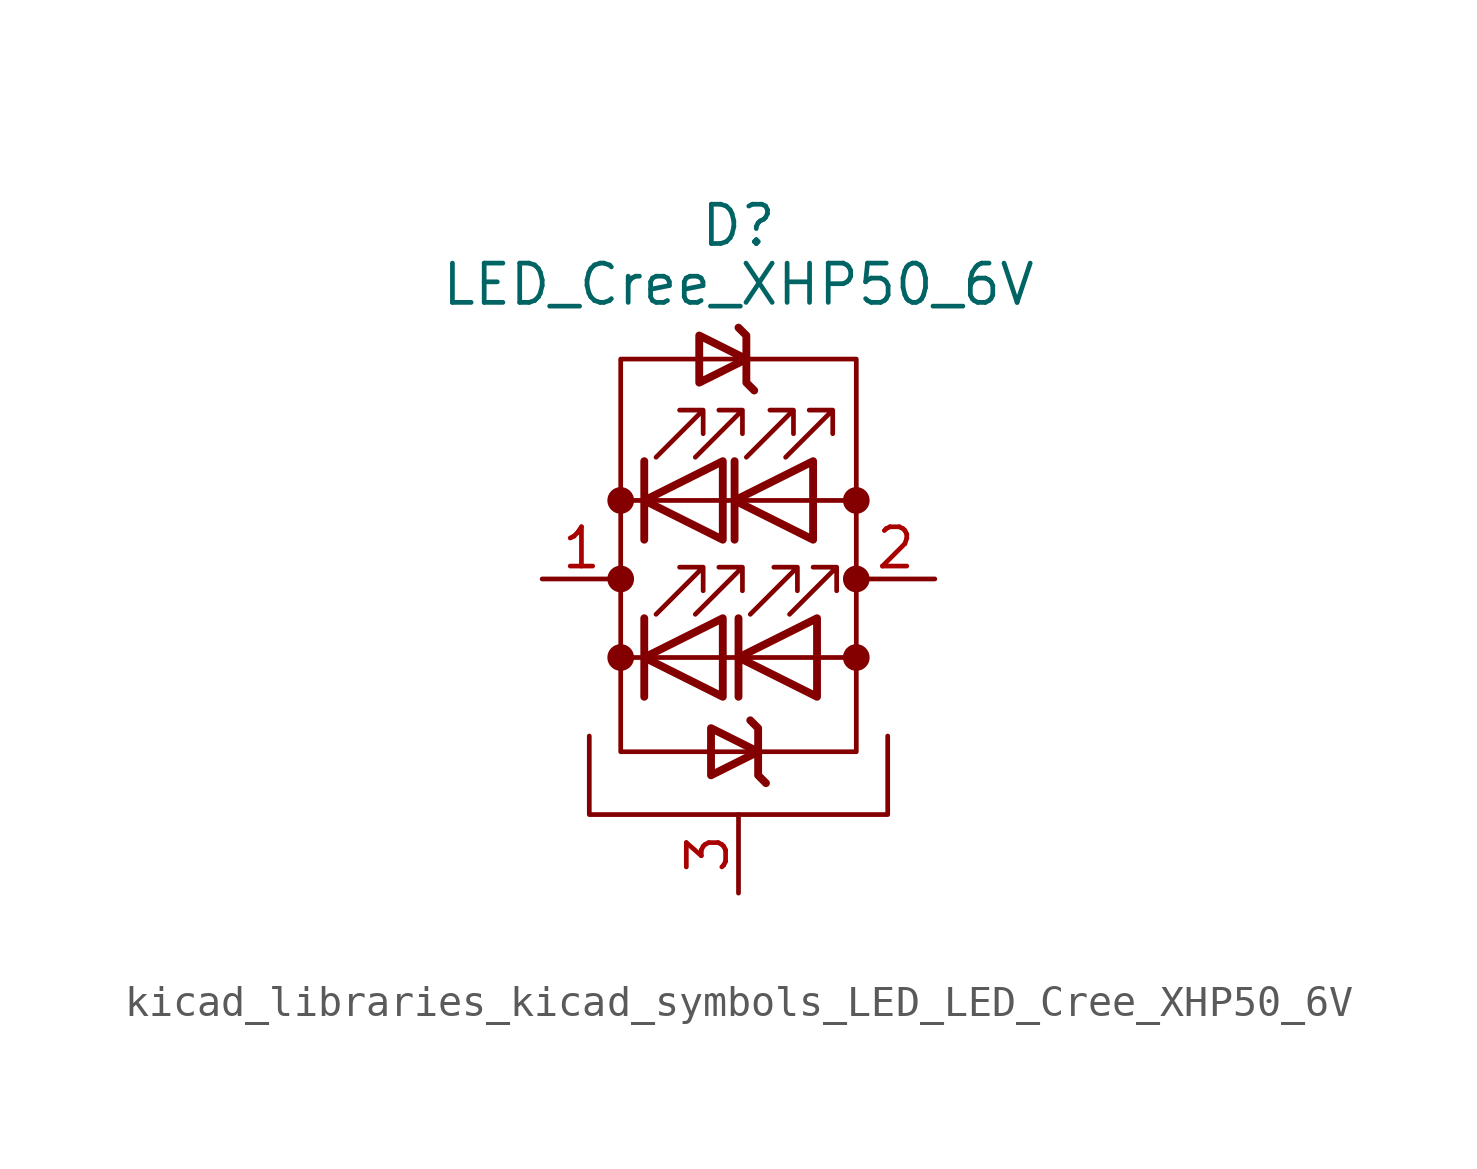
<source format=kicad_sym>
(kicad_symbol_lib
  (version 20220914)
  (generator kicad_symbol_editor)
  (symbol "kicad_libraries_kicad_symbols_LED_LED_Cree_XHP50_6V"
    (pin_names
      (offset 1.016) hide)
    (property "Reference" "D"
      (at 0 11.43 0)
      (effects (font (size 1.27 1.27))))
    (property "Value" "LED_Cree_XHP50_6V"
      (at 0 9.525 0)
      (effects (font (size 1.27 1.27))))
    (symbol "kicad_libraries_kicad_symbols_LED_LED_Cree_XHP50_6V_0_1"
      (circle (center -3.81 -2.54) (radius 0.356) (stroke (width 0) (type default)) (fill (type outline)))
      (circle (center -3.81 0) (radius 0.356) (stroke (width 0) (type default)) (fill (type outline)))
      (circle (center -3.81 2.54) (radius 0.356) (stroke (width 0) (type default)) (fill (type outline)))
      (polyline (pts (xy -3.81 -2.54) (xy 3.81 -2.54)) (stroke (width 0) (type default)) (fill (type none)))
      (polyline (pts (xy -3.048 -3.81) (xy -3.048 -1.27)) (stroke (width 0.254) (type default)) (fill (type none)))
      (polyline (pts (xy -3.048 1.27) (xy -3.048 3.81)) (stroke (width 0.254) (type default)) (fill (type none)))
      (polyline (pts (xy -0.127 1.27) (xy -0.127 3.81)) (stroke (width 0.254) (type default)) (fill (type none)))
      (polyline (pts (xy 0 -3.81) (xy 0 -1.27)) (stroke (width 0.254) (type default)) (fill (type none)))
      (polyline (pts (xy 3.81 2.54) (xy -3.81 2.54)) (stroke (width 0) (type default)) (fill (type none)))
      (polyline (pts (xy -4.826 -5.08) (xy -4.826 -7.62) (xy 4.826 -7.62) (xy 4.826 -5.08)) (stroke (width 0) (type default)) (fill (type none)))
      (polyline (pts (xy -0.508 -3.81) (xy -0.508 -1.27) (xy -3.048 -2.54) (xy -0.508 -3.81)) (stroke (width 0.254) (type default)) (fill (type none)))
      (polyline (pts (xy -0.508 1.27) (xy -0.508 3.81) (xy -3.048 2.54) (xy -0.508 1.27)) (stroke (width 0.254) (type default)) (fill (type none)))
      (polyline (pts (xy 0.508 6.096) (xy 0.254 6.35) (xy 0.254 7.874) (xy 0 8.128)) (stroke (width 0.254) (type default)) (fill (type none)))
      (polyline (pts (xy 0.889 -6.604) (xy 0.635 -6.35) (xy 0.635 -4.826) (xy 0.381 -4.572)) (stroke (width 0.254) (type default)) (fill (type none)))
      (polyline (pts (xy 2.413 1.27) (xy 2.413 3.81) (xy -0.127 2.54) (xy 2.413 1.27)) (stroke (width 0.254) (type default)) (fill (type none)))
      (polyline (pts (xy 2.54 -3.81) (xy 2.54 -1.27) (xy 0 -2.54) (xy 2.54 -3.81)) (stroke (width 0.254) (type default)) (fill (type none)))
      (polyline (pts (xy -3.81 -5.588) (xy -3.81 7.112) (xy 3.81 7.112) (xy 3.81 -5.588) (xy -3.81 -5.588)) (stroke (width 0) (type default)) (fill (type none)))
      (polyline (pts (xy -2.667 -1.143) (xy -1.143 0.381) (xy -1.905 0.381) (xy -1.143 0.381) (xy -1.143 -0.381)) (stroke (width 0) (type default)) (fill (type none)))
      (polyline (pts (xy -2.667 3.937) (xy -1.143 5.461) (xy -1.905 5.461) (xy -1.143 5.461) (xy -1.143 4.699)) (stroke (width 0) (type default)) (fill (type none)))
      (polyline (pts (xy -1.397 -1.143) (xy 0.127 0.381) (xy -0.635 0.381) (xy 0.127 0.381) (xy 0.127 -0.381)) (stroke (width 0) (type default)) (fill (type none)))
      (polyline (pts (xy -1.397 3.937) (xy 0.127 5.461) (xy -0.635 5.461) (xy 0.127 5.461) (xy 0.127 4.699)) (stroke (width 0) (type default)) (fill (type none)))
      (polyline (pts (xy -1.27 6.35) (xy -1.27 7.874) (xy 0.254 7.112) (xy -1.27 6.35) (xy -1.27 6.604)) (stroke (width 0.254) (type default)) (fill (type none)))
      (polyline (pts (xy -0.889 -6.35) (xy -0.889 -4.826) (xy 0.635 -5.588) (xy -0.889 -6.35) (xy -0.889 -6.096)) (stroke (width 0.254) (type default)) (fill (type none)))
      (polyline (pts (xy 0.254 3.937) (xy 1.778 5.461) (xy 1.016 5.461) (xy 1.778 5.461) (xy 1.778 4.699)) (stroke (width 0) (type default)) (fill (type none)))
      (polyline (pts (xy 0.381 -1.143) (xy 1.905 0.381) (xy 1.143 0.381) (xy 1.905 0.381) (xy 1.905 -0.381)) (stroke (width 0) (type default)) (fill (type none)))
      (polyline (pts (xy 1.524 3.937) (xy 3.048 5.461) (xy 2.286 5.461) (xy 3.048 5.461) (xy 3.048 4.699)) (stroke (width 0) (type default)) (fill (type none)))
      (polyline (pts (xy 1.651 -1.143) (xy 3.175 0.381) (xy 2.413 0.381) (xy 3.175 0.381) (xy 3.175 -0.381)) (stroke (width 0) (type default)) (fill (type none)))
      (circle (center 3.81 -2.54) (radius 0.356) (stroke (width 0) (type default)) (fill (type outline)))
      (circle (center 3.81 0) (radius 0.356) (stroke (width 0) (type default)) (fill (type outline)))
      (circle (center 3.81 2.54) (radius 0.356) (stroke (width 0) (type default)) (fill (type outline))))
    (symbol "kicad_libraries_kicad_symbols_LED_LED_Cree_XHP50_6V_1_1"
      (pin passive line (at -6.35 0 0) (length 2.54) (name "K" (effects (font (size 1.27 1.27)))) (number "1" (effects (font (size 1.27 1.27)))))
      (pin passive line (at 6.35 0 180) (length 2.54) (name "A" (effects (font (size 1.27 1.27)))) (number "2" (effects (font (size 1.27 1.27)))))
      (pin passive line (at 0 -10.16 90) (length 2.54) (name "PAD" (effects (font (size 1.27 1.27)))) (number "3" (effects (font (size 1.27 1.27))))))))
</source>
